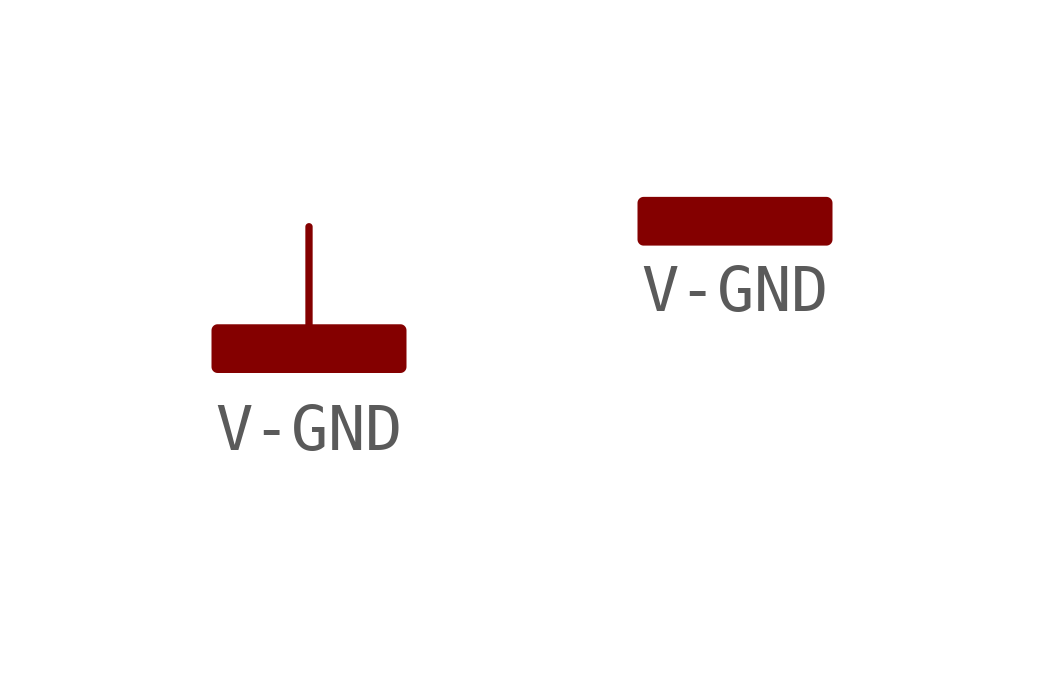
<source format=kicad_sym>
(kicad_symbol_lib
  (version 20211014)
  (generator kicad_symbol_editor)
  (symbol "V-GND"
    (power)
    (pin_numbers hide)
    (pin_names
      (offset 1.27) hide)
    (property "Reference" "#PWR"
      (at -2.54 -2.54 0)
      (effects (font (size 1.27 1.27)) (justify right) hide))
    (symbol "V-GND_1_1"
      (rectangle (start -1.905 -2.159) (end 1.905 -2.921) (stroke (width 0.254) (type default) (color 0 0 0 0)) (fill (type outline)))
      (polyline (pts (xy 0 0) (xy 0 -2.159)) (stroke (width 0) (type default) (color 0 0 0 0)) (fill (type none)))
      (pin power_in line (at 0 0 0) (length 0) hide (name "0" (effects (font (size 1.27 1.27)))) (number "0" (effects (font (size 0 0))))))
    (symbol "V-GND_1_2"
      (rectangle (start -1.905 0.381) (end 1.905 -0.381) (stroke (width 0.254) (type default) (color 0 0 0 0)) (fill (type outline)))
      (pin power_in line (at 0 0 0) (length 0) hide (name "0" (effects (font (size 1.27 1.27)))) (number "0" (effects (font (size 0 0))))))))
</source>
